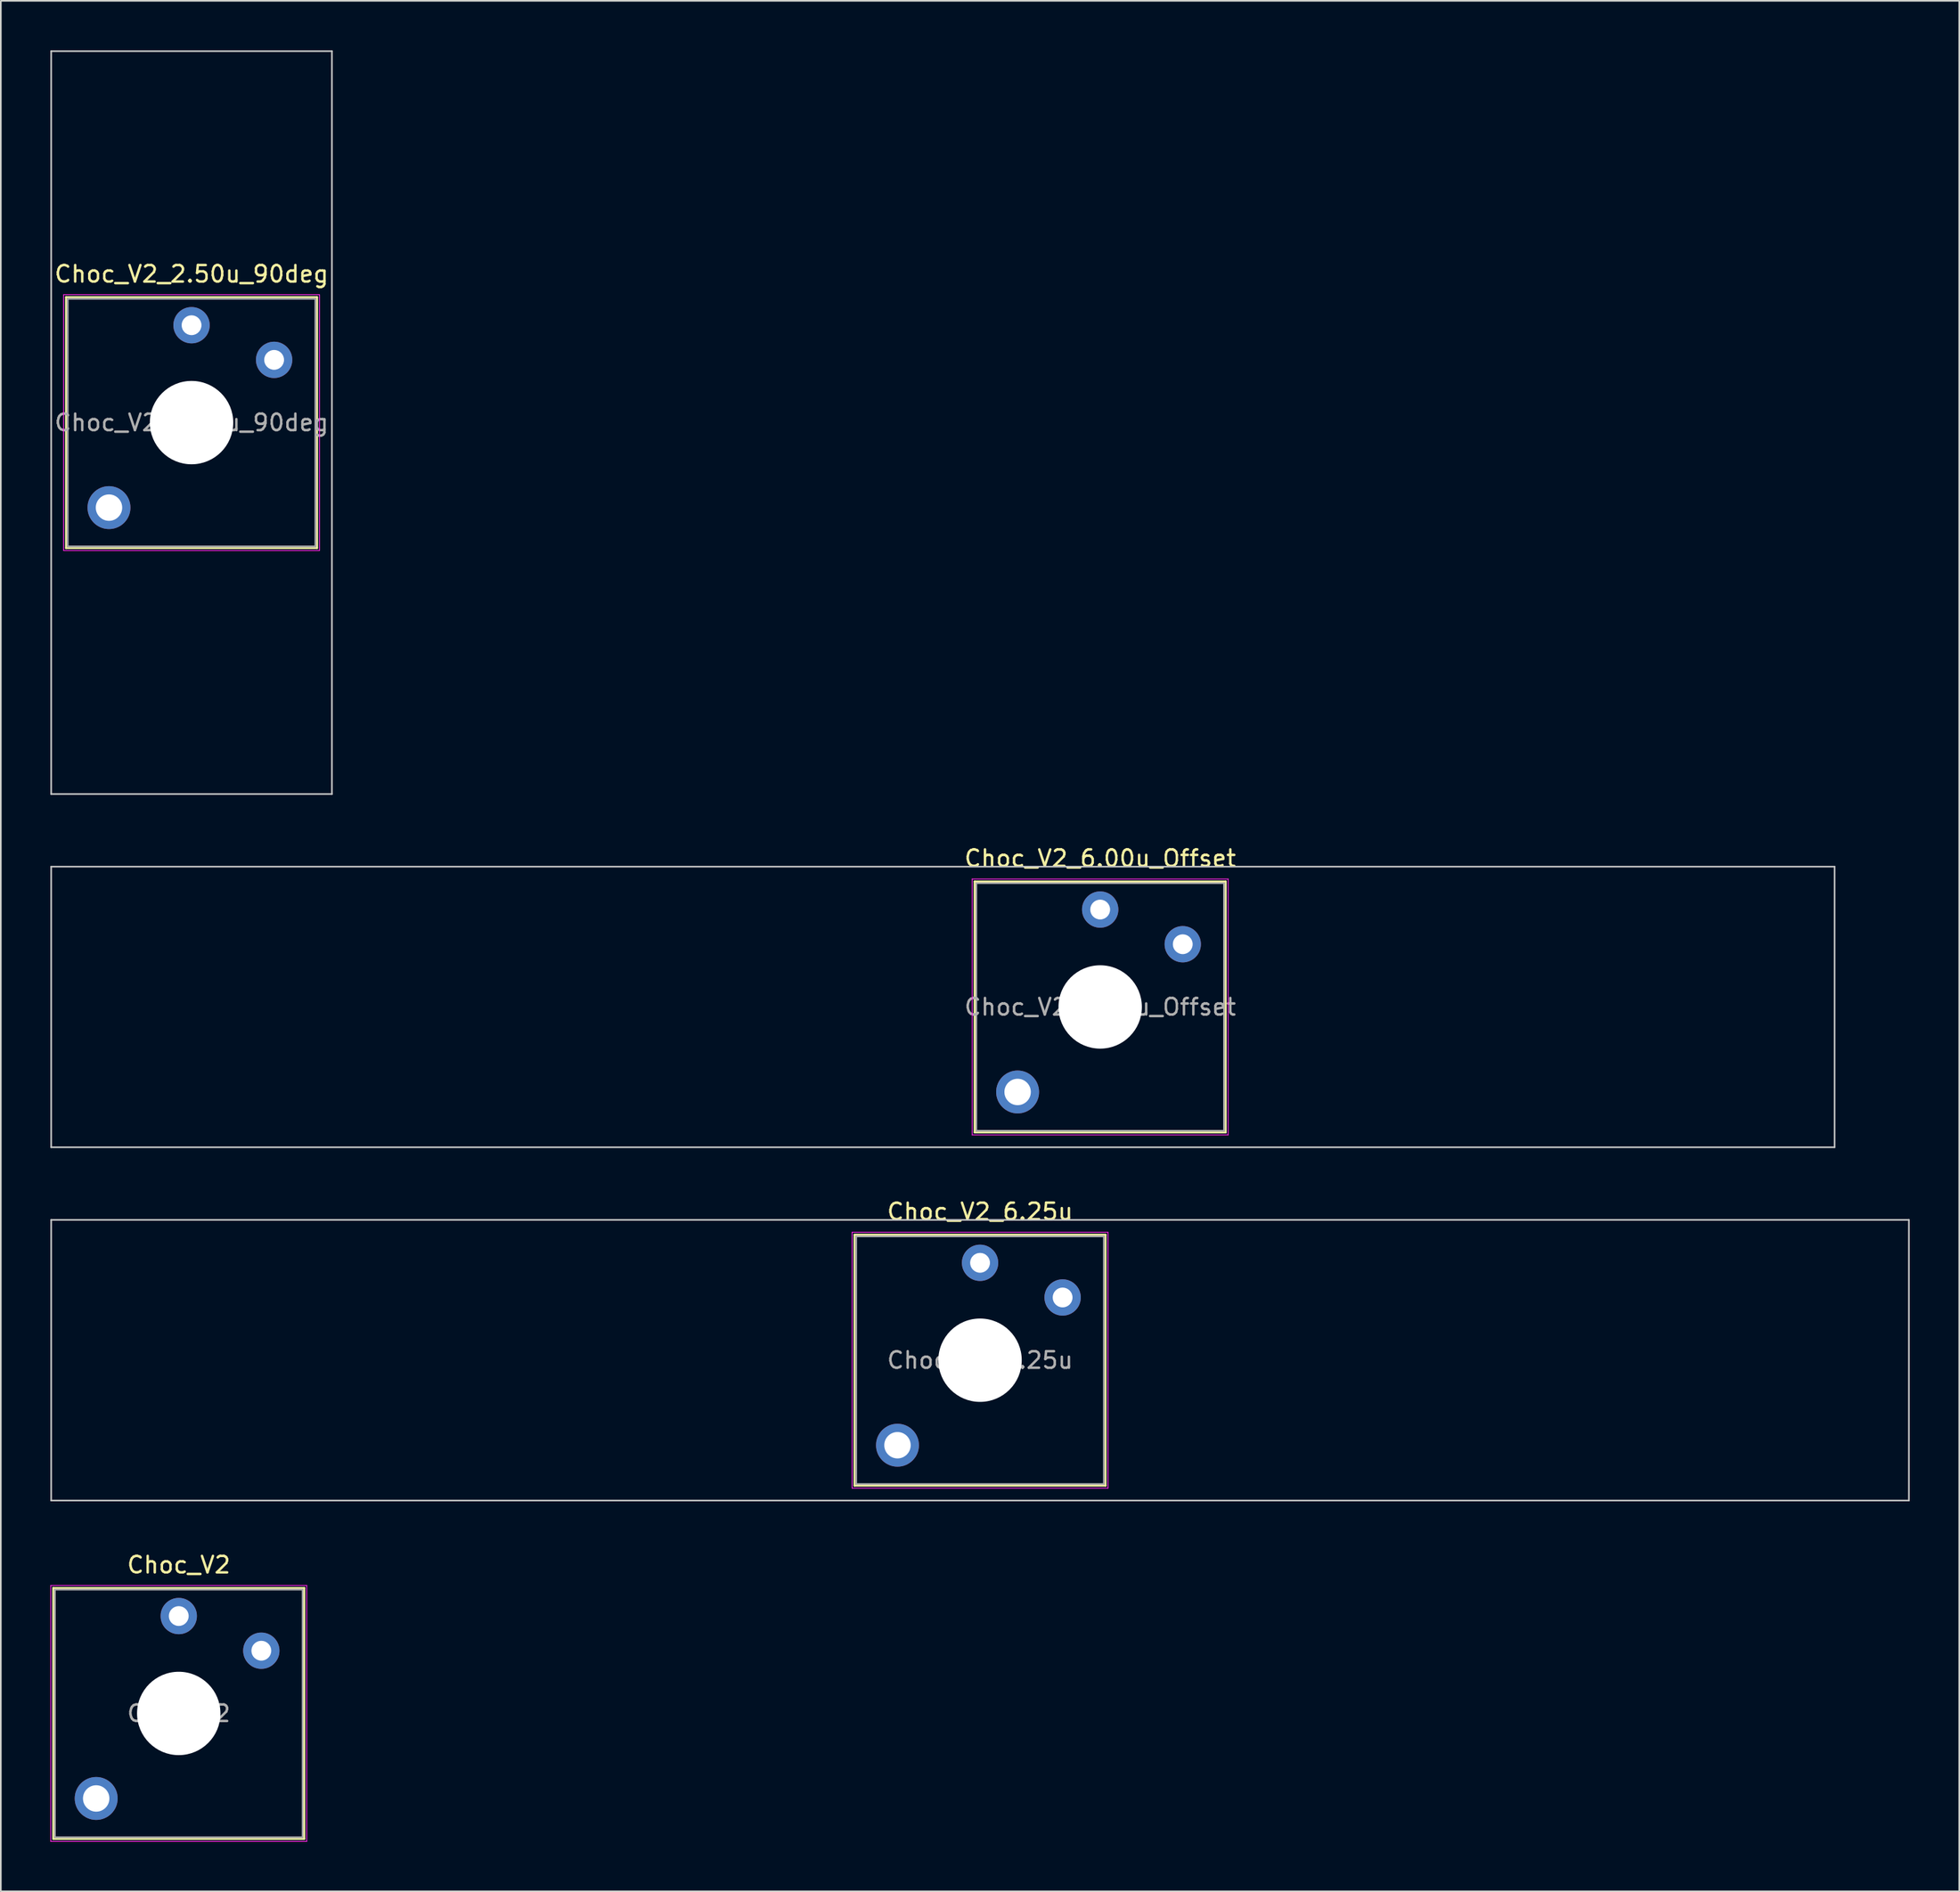
<source format=kicad_pcb>
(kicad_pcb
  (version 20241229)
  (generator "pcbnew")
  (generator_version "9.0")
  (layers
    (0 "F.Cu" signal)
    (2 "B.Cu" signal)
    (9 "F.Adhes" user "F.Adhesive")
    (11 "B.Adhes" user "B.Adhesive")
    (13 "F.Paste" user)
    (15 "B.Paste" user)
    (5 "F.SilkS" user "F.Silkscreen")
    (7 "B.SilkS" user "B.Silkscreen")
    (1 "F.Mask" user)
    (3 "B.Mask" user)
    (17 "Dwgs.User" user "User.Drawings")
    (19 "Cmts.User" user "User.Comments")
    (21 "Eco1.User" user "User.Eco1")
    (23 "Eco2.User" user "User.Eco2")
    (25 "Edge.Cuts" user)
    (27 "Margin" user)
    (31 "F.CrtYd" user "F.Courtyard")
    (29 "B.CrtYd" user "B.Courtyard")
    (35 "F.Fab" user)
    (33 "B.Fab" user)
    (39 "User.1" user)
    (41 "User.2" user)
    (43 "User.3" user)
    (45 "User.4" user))
  (footprint "Choc_V2_6.00u_Offset"
    (layer "F.Cu")
    (at 63.575 57.948)
    (property "Reference" "Choc_V2_6.00u_Offset" (at 0 -9 0) (layer "F.SilkS") (effects (font (size 1 1) (thickness 0.15))))
    (attr through_hole)
    (fp_line (start -7.6 -7.6) (end -7.6 7.6) (stroke (width 0.12) (type solid)) (layer "F.SilkS"))
    (fp_line (start -7.6 7.6) (end 7.6 7.6) (stroke (width 0.12) (type solid)) (layer "F.SilkS"))
    (fp_line (start 7.6 -7.6) (end -7.6 -7.6) (stroke (width 0.12) (type solid)) (layer "F.SilkS"))
    (fp_line (start 7.6 7.6) (end 7.6 -7.6) (stroke (width 0.12) (type solid)) (layer "F.SilkS"))
    (fp_line (start -63.525 -8.5) (end -63.525 8.5) (stroke (width 0.1) (type solid)) (layer "Dwgs.User"))
    (fp_line (start -63.525 8.5) (end 44.475 8.5) (stroke (width 0.1) (type solid)) (layer "Dwgs.User"))
    (fp_line (start 44.475 -8.5) (end -63.525 -8.5) (stroke (width 0.1) (type solid)) (layer "Dwgs.User"))
    (fp_line (start 44.475 8.5) (end 44.475 -8.5) (stroke (width 0.1) (type solid)) (layer "Dwgs.User"))
    (fp_line (start -7.25 -7.25) (end -7.25 7.25) (stroke (width 0.1) (type solid)) (layer "Eco1.User"))
    (fp_line (start -7.25 7.25) (end 7.25 7.25) (stroke (width 0.1) (type solid)) (layer "Eco1.User"))
    (fp_line (start 7.25 -7.25) (end -7.25 -7.25) (stroke (width 0.1) (type solid)) (layer "Eco1.User"))
    (fp_line (start 7.25 7.25) (end 7.25 -7.25) (stroke (width 0.1) (type solid)) (layer "Eco1.User"))
    (fp_line (start -7.75 -7.75) (end -7.75 7.75) (stroke (width 0.05) (type solid)) (layer "F.CrtYd"))
    (fp_line (start -7.75 7.75) (end 7.75 7.75) (stroke (width 0.05) (type solid)) (layer "F.CrtYd"))
    (fp_line (start 7.75 -7.75) (end -7.75 -7.75) (stroke (width 0.05) (type solid)) (layer "F.CrtYd"))
    (fp_line (start 7.75 7.75) (end 7.75 -7.75) (stroke (width 0.05) (type solid)) (layer "F.CrtYd"))
    (fp_line (start -7.5 -7.5) (end -7.5 7.5) (stroke (width 0.1) (type solid)) (layer "F.Fab"))
    (fp_line (start -7.5 7.5) (end 7.5 7.5) (stroke (width 0.1) (type solid)) (layer "F.Fab"))
    (fp_line (start 7.5 -7.5) (end -7.5 -7.5) (stroke (width 0.1) (type solid)) (layer "F.Fab"))
    (fp_line (start 7.5 7.5) (end 7.5 -7.5) (stroke (width 0.1) (type solid)) (layer "F.Fab"))
    (fp_text user "${REFERENCE}" (at 0 0 0) (layer "F.Fab") (effects (font (size 1 1) (thickness 0.15))))
    (pad "" thru_hole circle (at -5 5.15) (size 2.6 2.6) (drill 1.6) (layers "*.Cu" "*.Mask"))
    (pad "" np_thru_hole circle (at 0 0) (size 5.05 5.05) (drill 5.05) (layers "*.Cu" "*.Mask"))
    (pad "1" thru_hole circle (at 0 -5.9) (size 2.2 2.2) (drill 1.2) (layers "*.Cu" "*.Mask"))
    (pad "2" thru_hole circle (at 5 -3.8) (size 2.2 2.2) (drill 1.2) (layers "*.Cu" "*.Mask")))
  (footprint "Choc_V2"
    (layer "F.Cu")
    (at 7.775 100.745)
    (property "Reference" "Choc_V2" (at 0 -9 0) (layer "F.SilkS") (effects (font (size 1 1) (thickness 0.15))))
    (attr through_hole)
    (fp_line (start -7.6 -7.6) (end -7.6 7.6) (stroke (width 0.12) (type solid)) (layer "F.SilkS"))
    (fp_line (start -7.6 7.6) (end 7.6 7.6) (stroke (width 0.12) (type solid)) (layer "F.SilkS"))
    (fp_line (start 7.6 -7.6) (end -7.6 -7.6) (stroke (width 0.12) (type solid)) (layer "F.SilkS"))
    (fp_line (start 7.6 7.6) (end 7.6 -7.6) (stroke (width 0.12) (type solid)) (layer "F.SilkS"))
    (fp_line (start -7.25 -7.25) (end -7.25 7.25) (stroke (width 0.1) (type solid)) (layer "Eco1.User"))
    (fp_line (start -7.25 7.25) (end 7.25 7.25) (stroke (width 0.1) (type solid)) (layer "Eco1.User"))
    (fp_line (start 7.25 -7.25) (end -7.25 -7.25) (stroke (width 0.1) (type solid)) (layer "Eco1.User"))
    (fp_line (start 7.25 7.25) (end 7.25 -7.25) (stroke (width 0.1) (type solid)) (layer "Eco1.User"))
    (fp_line (start -7.75 -7.75) (end -7.75 7.75) (stroke (width 0.05) (type solid)) (layer "F.CrtYd"))
    (fp_line (start -7.75 7.75) (end 7.75 7.75) (stroke (width 0.05) (type solid)) (layer "F.CrtYd"))
    (fp_line (start 7.75 -7.75) (end -7.75 -7.75) (stroke (width 0.05) (type solid)) (layer "F.CrtYd"))
    (fp_line (start 7.75 7.75) (end 7.75 -7.75) (stroke (width 0.05) (type solid)) (layer "F.CrtYd"))
    (fp_line (start -7.5 -7.5) (end -7.5 7.5) (stroke (width 0.1) (type solid)) (layer "F.Fab"))
    (fp_line (start -7.5 7.5) (end 7.5 7.5) (stroke (width 0.1) (type solid)) (layer "F.Fab"))
    (fp_line (start 7.5 -7.5) (end -7.5 -7.5) (stroke (width 0.1) (type solid)) (layer "F.Fab"))
    (fp_line (start 7.5 7.5) (end 7.5 -7.5) (stroke (width 0.1) (type solid)) (layer "F.Fab"))
    (fp_text user "${REFERENCE}" (at 0 0 0) (layer "F.Fab") (effects (font (size 1 1) (thickness 0.15))))
    (pad "" thru_hole circle (at -5 5.15) (size 2.6 2.6) (drill 1.6) (layers "*.Cu" "*.Mask"))
    (pad "" np_thru_hole circle (at 0 0) (size 5.05 5.05) (drill 5.05) (layers "*.Cu" "*.Mask"))
    (pad "1" thru_hole circle (at 0 -5.9) (size 2.2 2.2) (drill 1.2) (layers "*.Cu" "*.Mask"))
    (pad "2" thru_hole circle (at 5 -3.8) (size 2.2 2.2) (drill 1.2) (layers "*.Cu" "*.Mask")))
  (footprint "Choc_V2_6.25u"
    (layer "F.Cu")
    (at 56.3 79.347)
    (property "Reference" "Choc_V2_6.25u" (at 0 -9 0) (layer "F.SilkS") (effects (font (size 1 1) (thickness 0.15))))
    (attr through_hole)
    (fp_line (start -7.6 -7.6) (end -7.6 7.6) (stroke (width 0.12) (type solid)) (layer "F.SilkS"))
    (fp_line (start -7.6 7.6) (end 7.6 7.6) (stroke (width 0.12) (type solid)) (layer "F.SilkS"))
    (fp_line (start 7.6 -7.6) (end -7.6 -7.6) (stroke (width 0.12) (type solid)) (layer "F.SilkS"))
    (fp_line (start 7.6 7.6) (end 7.6 -7.6) (stroke (width 0.12) (type solid)) (layer "F.SilkS"))
    (fp_line (start -56.25 -8.5) (end -56.25 8.5) (stroke (width 0.1) (type solid)) (layer "Dwgs.User"))
    (fp_line (start -56.25 8.5) (end 56.25 8.5) (stroke (width 0.1) (type solid)) (layer "Dwgs.User"))
    (fp_line (start 56.25 -8.5) (end -56.25 -8.5) (stroke (width 0.1) (type solid)) (layer "Dwgs.User"))
    (fp_line (start 56.25 8.5) (end 56.25 -8.5) (stroke (width 0.1) (type solid)) (layer "Dwgs.User"))
    (fp_line (start -7.25 -7.25) (end -7.25 7.25) (stroke (width 0.1) (type solid)) (layer "Eco1.User"))
    (fp_line (start -7.25 7.25) (end 7.25 7.25) (stroke (width 0.1) (type solid)) (layer "Eco1.User"))
    (fp_line (start 7.25 -7.25) (end -7.25 -7.25) (stroke (width 0.1) (type solid)) (layer "Eco1.User"))
    (fp_line (start 7.25 7.25) (end 7.25 -7.25) (stroke (width 0.1) (type solid)) (layer "Eco1.User"))
    (fp_line (start -7.75 -7.75) (end -7.75 7.75) (stroke (width 0.05) (type solid)) (layer "F.CrtYd"))
    (fp_line (start -7.75 7.75) (end 7.75 7.75) (stroke (width 0.05) (type solid)) (layer "F.CrtYd"))
    (fp_line (start 7.75 -7.75) (end -7.75 -7.75) (stroke (width 0.05) (type solid)) (layer "F.CrtYd"))
    (fp_line (start 7.75 7.75) (end 7.75 -7.75) (stroke (width 0.05) (type solid)) (layer "F.CrtYd"))
    (fp_line (start -7.5 -7.5) (end -7.5 7.5) (stroke (width 0.1) (type solid)) (layer "F.Fab"))
    (fp_line (start -7.5 7.5) (end 7.5 7.5) (stroke (width 0.1) (type solid)) (layer "F.Fab"))
    (fp_line (start 7.5 -7.5) (end -7.5 -7.5) (stroke (width 0.1) (type solid)) (layer "F.Fab"))
    (fp_line (start 7.5 7.5) (end 7.5 -7.5) (stroke (width 0.1) (type solid)) (layer "F.Fab"))
    (fp_text user "${REFERENCE}" (at 0 0 0) (layer "F.Fab") (effects (font (size 1 1) (thickness 0.15))))
    (pad "" thru_hole circle (at -5 5.15) (size 2.6 2.6) (drill 1.6) (layers "*.Cu" "*.Mask"))
    (pad "" np_thru_hole circle (at 0 0) (size 5.05 5.05) (drill 5.05) (layers "*.Cu" "*.Mask"))
    (pad "1" thru_hole circle (at 0 -5.9) (size 2.2 2.2) (drill 1.2) (layers "*.Cu" "*.Mask"))
    (pad "2" thru_hole circle (at 5 -3.8) (size 2.2 2.2) (drill 1.2) (layers "*.Cu" "*.Mask")))
  (footprint "Choc_V2_2.50u_90deg"
    (layer "F.Cu")
    (at 8.55 22.55)
    (property "Reference" "Choc_V2_2.50u_90deg" (at 0 -9 0) (layer "F.SilkS") (effects (font (size 1 1) (thickness 0.15))))
    (attr through_hole)
    (fp_line (start -7.6 -7.6) (end -7.6 7.6) (stroke (width 0.12) (type solid)) (layer "F.SilkS"))
    (fp_line (start -7.6 7.6) (end 7.6 7.6) (stroke (width 0.12) (type solid)) (layer "F.SilkS"))
    (fp_line (start 7.6 -7.6) (end -7.6 -7.6) (stroke (width 0.12) (type solid)) (layer "F.SilkS"))
    (fp_line (start 7.6 7.6) (end 7.6 -7.6) (stroke (width 0.12) (type solid)) (layer "F.SilkS"))
    (fp_line (start -8.5 -22.5) (end 8.5 -22.5) (stroke (width 0.1) (type solid)) (layer "Dwgs.User"))
    (fp_line (start -8.5 22.5) (end -8.5 -22.5) (stroke (width 0.1) (type solid)) (layer "Dwgs.User"))
    (fp_line (start 8.5 -22.5) (end 8.5 22.5) (stroke (width 0.1) (type solid)) (layer "Dwgs.User"))
    (fp_line (start 8.5 22.5) (end -8.5 22.5) (stroke (width 0.1) (type solid)) (layer "Dwgs.User"))
    (fp_line (start -7.25 -7.25) (end -7.25 7.25) (stroke (width 0.1) (type solid)) (layer "Eco1.User"))
    (fp_line (start -7.25 7.25) (end 7.25 7.25) (stroke (width 0.1) (type solid)) (layer "Eco1.User"))
    (fp_line (start 7.25 -7.25) (end -7.25 -7.25) (stroke (width 0.1) (type solid)) (layer "Eco1.User"))
    (fp_line (start 7.25 7.25) (end 7.25 -7.25) (stroke (width 0.1) (type solid)) (layer "Eco1.User"))
    (fp_line (start -7.75 -7.75) (end -7.75 7.75) (stroke (width 0.05) (type solid)) (layer "F.CrtYd"))
    (fp_line (start -7.75 7.75) (end 7.75 7.75) (stroke (width 0.05) (type solid)) (layer "F.CrtYd"))
    (fp_line (start 7.75 -7.75) (end -7.75 -7.75) (stroke (width 0.05) (type solid)) (layer "F.CrtYd"))
    (fp_line (start 7.75 7.75) (end 7.75 -7.75) (stroke (width 0.05) (type solid)) (layer "F.CrtYd"))
    (fp_line (start -7.5 -7.5) (end -7.5 7.5) (stroke (width 0.1) (type solid)) (layer "F.Fab"))
    (fp_line (start -7.5 7.5) (end 7.5 7.5) (stroke (width 0.1) (type solid)) (layer "F.Fab"))
    (fp_line (start 7.5 -7.5) (end -7.5 -7.5) (stroke (width 0.1) (type solid)) (layer "F.Fab"))
    (fp_line (start 7.5 7.5) (end 7.5 -7.5) (stroke (width 0.1) (type solid)) (layer "F.Fab"))
    (fp_text user "${REFERENCE}" (at 0 0 0) (layer "F.Fab") (effects (font (size 1 1) (thickness 0.15))))
    (pad "" thru_hole circle (at -5 5.15) (size 2.6 2.6) (drill 1.6) (layers "*.Cu" "*.Mask"))
    (pad "" np_thru_hole circle (at 0 0) (size 5.05 5.05) (drill 5.05) (layers "*.Cu" "*.Mask"))
    (pad "1" thru_hole circle (at 0 -5.9) (size 2.2 2.2) (drill 1.2) (layers "*.Cu" "*.Mask"))
    (pad "2" thru_hole circle (at 5 -3.8) (size 2.2 2.2) (drill 1.2) (layers "*.Cu" "*.Mask")))
  (gr_rect
    (start -3 -3)
    (end 115.6 111.52)
    (stroke (width 0.1) (type default))
    (fill no)
    (layer "Edge.Cuts")))
</source>
